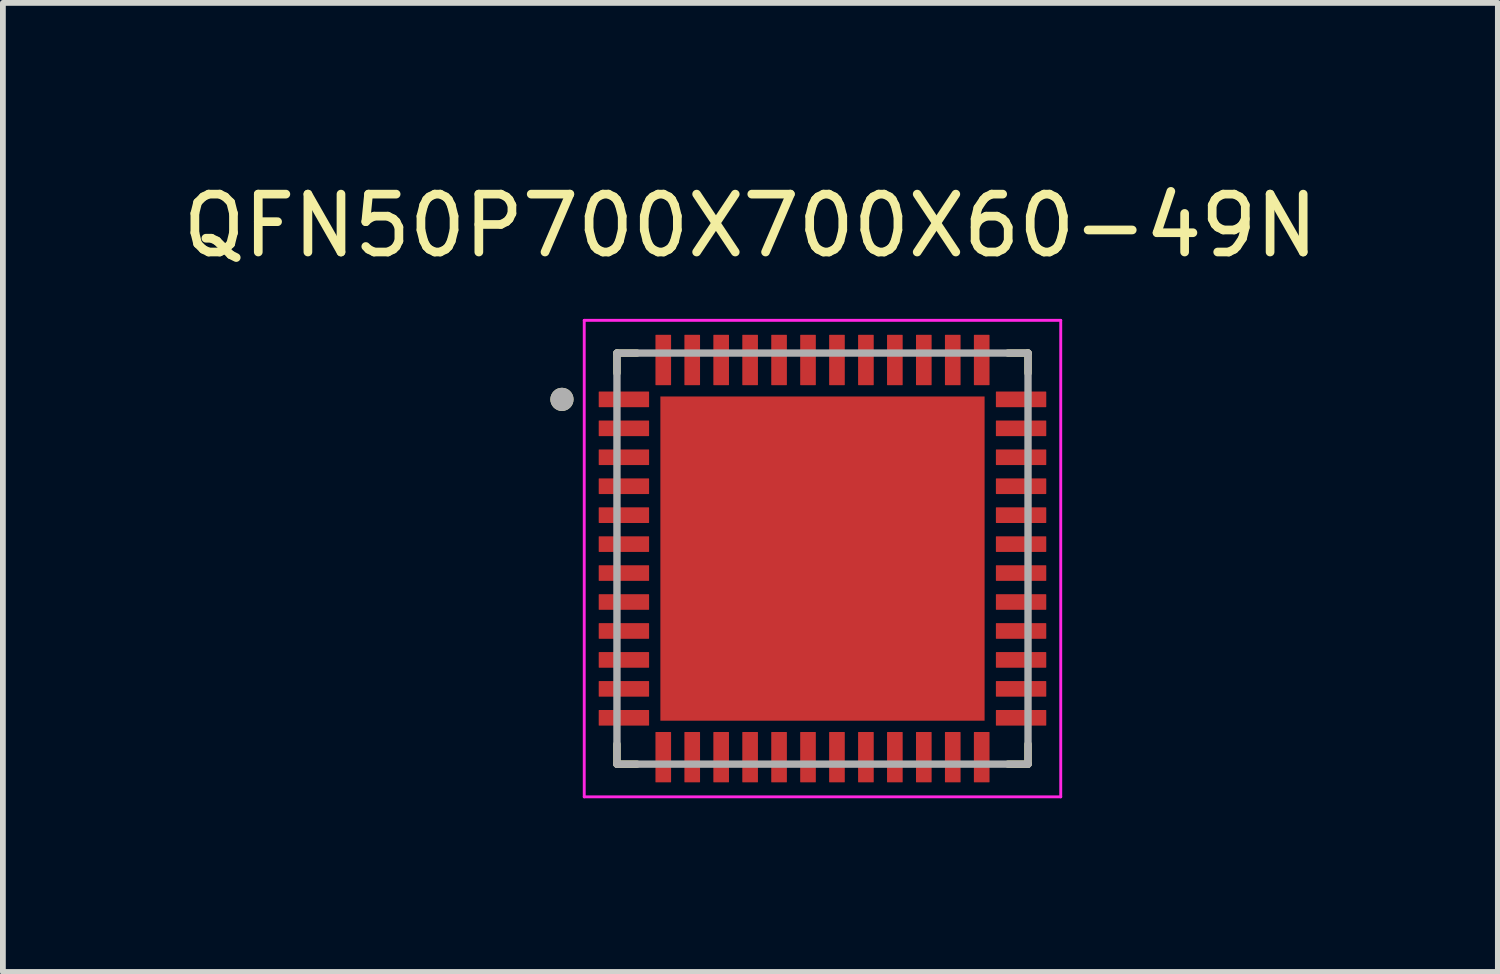
<source format=kicad_pcb>
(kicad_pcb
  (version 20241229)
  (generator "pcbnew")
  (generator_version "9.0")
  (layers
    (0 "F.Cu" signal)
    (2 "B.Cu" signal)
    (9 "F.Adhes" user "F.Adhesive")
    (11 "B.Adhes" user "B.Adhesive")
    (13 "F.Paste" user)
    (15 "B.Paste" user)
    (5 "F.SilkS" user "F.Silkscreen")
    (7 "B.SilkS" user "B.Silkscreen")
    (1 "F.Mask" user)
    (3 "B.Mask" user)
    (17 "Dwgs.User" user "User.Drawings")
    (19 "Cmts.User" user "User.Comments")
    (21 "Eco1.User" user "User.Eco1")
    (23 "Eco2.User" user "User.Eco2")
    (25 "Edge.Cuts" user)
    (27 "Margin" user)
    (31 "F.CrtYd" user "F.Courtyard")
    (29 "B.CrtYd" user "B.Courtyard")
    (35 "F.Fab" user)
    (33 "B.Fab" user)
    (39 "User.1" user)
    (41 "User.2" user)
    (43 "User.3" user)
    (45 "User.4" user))
  (footprint "QFN50P700X700X60-49N"
    (layer "F.Cu")
    (at 11.156 6.598)
    (property "Reference" "QFN50P700X700X60-49N" (at -1.245 -5.75 0) (layer "F.SilkS") (effects (font (size 1 1) (thickness 0.15))))
    (attr through_hole)
    (fp_line (start -3.55 -3.55) (end -3.55 -3.205) (stroke (width 0.127) (type solid)) (layer "F.SilkS"))
    (fp_line (start -3.55 -3.55) (end -3.205 -3.55) (stroke (width 0.127) (type solid)) (layer "F.SilkS"))
    (fp_line (start -3.55 3.55) (end -3.55 3.205) (stroke (width 0.127) (type solid)) (layer "F.SilkS"))
    (fp_line (start -3.55 3.55) (end -3.205 3.55) (stroke (width 0.127) (type solid)) (layer "F.SilkS"))
    (fp_line (start 3.55 -3.55) (end 3.205 -3.55) (stroke (width 0.127) (type solid)) (layer "F.SilkS"))
    (fp_line (start 3.55 -3.55) (end 3.55 -3.205) (stroke (width 0.127) (type solid)) (layer "F.SilkS"))
    (fp_line (start 3.55 3.55) (end 3.205 3.55) (stroke (width 0.127) (type solid)) (layer "F.SilkS"))
    (fp_line (start 3.55 3.55) (end 3.55 3.205) (stroke (width 0.127) (type solid)) (layer "F.SilkS"))
    (fp_circle (center -4.5 -2.75) (end -4.4 -2.75) (stroke (width 0.2) (type solid)) (fill no) (layer "F.SilkS"))
    (fp_poly (pts (xy -2.29 -2.29) (xy -0.51 -2.29) (xy -0.51 -0.51) (xy -2.29 -0.51)) (stroke (width 0.01) (type solid)) (fill yes) (layer "F.Paste"))
    (fp_poly (pts (xy -2.29 0.51) (xy -0.51 0.51) (xy -0.51 2.29) (xy -2.29 2.29)) (stroke (width 0.01) (type solid)) (fill yes) (layer "F.Paste"))
    (fp_poly (pts (xy 0.51 -2.29) (xy 2.29 -2.29) (xy 2.29 -0.51) (xy 0.51 -0.51)) (stroke (width 0.01) (type solid)) (fill yes) (layer "F.Paste"))
    (fp_poly (pts (xy 0.51 0.51) (xy 2.29 0.51) (xy 2.29 2.29) (xy 0.51 2.29)) (stroke (width 0.01) (type solid)) (fill yes) (layer "F.Paste"))
    (fp_line (start -4.115 -4.115) (end 4.115 -4.115) (stroke (width 0.05) (type solid)) (layer "F.CrtYd"))
    (fp_line (start -4.115 4.115) (end -4.115 -4.115) (stroke (width 0.05) (type solid)) (layer "F.CrtYd"))
    (fp_line (start -4.115 4.115) (end 4.115 4.115) (stroke (width 0.05) (type solid)) (layer "F.CrtYd"))
    (fp_line (start 4.115 4.115) (end 4.115 -4.115) (stroke (width 0.05) (type solid)) (layer "F.CrtYd"))
    (fp_line (start -3.55 3.55) (end -3.55 -3.55) (stroke (width 0.127) (type solid)) (layer "F.Fab"))
    (fp_line (start 3.55 -3.55) (end -3.55 -3.55) (stroke (width 0.127) (type solid)) (layer "F.Fab"))
    (fp_line (start 3.55 3.55) (end -3.55 3.55) (stroke (width 0.127) (type solid)) (layer "F.Fab"))
    (fp_line (start 3.55 3.55) (end 3.55 -3.55) (stroke (width 0.127) (type solid)) (layer "F.Fab"))
    (fp_circle (center -4.5 -2.75) (end -4.4 -2.75) (stroke (width 0.2) (type solid)) (fill no) (layer "F.Fab"))
    (pad "1" smd roundrect (at -3.43 -2.75) (size 0.87 0.27) (layers "F.Cu" "F.Mask" "F.Paste") (roundrect_rratio 0.03))
    (pad "2" smd roundrect (at -3.43 -2.25) (size 0.87 0.27) (layers "F.Cu" "F.Mask" "F.Paste") (roundrect_rratio 0.03))
    (pad "3" smd roundrect (at -3.43 -1.75) (size 0.87 0.27) (layers "F.Cu" "F.Mask" "F.Paste") (roundrect_rratio 0.03))
    (pad "4" smd roundrect (at -3.43 -1.25) (size 0.87 0.27) (layers "F.Cu" "F.Mask" "F.Paste") (roundrect_rratio 0.03))
    (pad "5" smd roundrect (at -3.43 -0.75) (size 0.87 0.27) (layers "F.Cu" "F.Mask" "F.Paste") (roundrect_rratio 0.03))
    (pad "6" smd roundrect (at -3.43 -0.25) (size 0.87 0.27) (layers "F.Cu" "F.Mask" "F.Paste") (roundrect_rratio 0.03))
    (pad "7" smd roundrect (at -3.43 0.25) (size 0.87 0.27) (layers "F.Cu" "F.Mask" "F.Paste") (roundrect_rratio 0.03))
    (pad "8" smd roundrect (at -3.43 0.75) (size 0.87 0.27) (layers "F.Cu" "F.Mask" "F.Paste") (roundrect_rratio 0.03))
    (pad "9" smd roundrect (at -3.43 1.25) (size 0.87 0.27) (layers "F.Cu" "F.Mask" "F.Paste") (roundrect_rratio 0.03))
    (pad "10" smd roundrect (at -3.43 1.75) (size 0.87 0.27) (layers "F.Cu" "F.Mask" "F.Paste") (roundrect_rratio 0.03))
    (pad "11" smd roundrect (at -3.43 2.25) (size 0.87 0.27) (layers "F.Cu" "F.Mask" "F.Paste") (roundrect_rratio 0.03))
    (pad "12" smd roundrect (at -3.43 2.75) (size 0.87 0.27) (layers "F.Cu" "F.Mask" "F.Paste") (roundrect_rratio 0.03))
    (pad "13" smd roundrect (at -2.75 3.43 90) (size 0.87 0.27) (layers "F.Cu" "F.Mask" "F.Paste") (roundrect_rratio 0.03))
    (pad "14" smd roundrect (at -2.25 3.43 90) (size 0.87 0.27) (layers "F.Cu" "F.Mask" "F.Paste") (roundrect_rratio 0.03))
    (pad "15" smd roundrect (at -1.75 3.43 90) (size 0.87 0.27) (layers "F.Cu" "F.Mask" "F.Paste") (roundrect_rratio 0.03))
    (pad "16" smd roundrect (at -1.25 3.43 90) (size 0.87 0.27) (layers "F.Cu" "F.Mask" "F.Paste") (roundrect_rratio 0.03))
    (pad "17" smd roundrect (at -0.75 3.43 90) (size 0.87 0.27) (layers "F.Cu" "F.Mask" "F.Paste") (roundrect_rratio 0.03))
    (pad "18" smd roundrect (at -0.25 3.43 90) (size 0.87 0.27) (layers "F.Cu" "F.Mask" "F.Paste") (roundrect_rratio 0.03))
    (pad "19" smd roundrect (at 0.25 3.43 90) (size 0.87 0.27) (layers "F.Cu" "F.Mask" "F.Paste") (roundrect_rratio 0.03))
    (pad "20" smd roundrect (at 0.75 3.43 90) (size 0.87 0.27) (layers "F.Cu" "F.Mask" "F.Paste") (roundrect_rratio 0.03))
    (pad "21" smd roundrect (at 1.25 3.43 90) (size 0.87 0.27) (layers "F.Cu" "F.Mask" "F.Paste") (roundrect_rratio 0.03))
    (pad "22" smd roundrect (at 1.75 3.43 90) (size 0.87 0.27) (layers "F.Cu" "F.Mask" "F.Paste") (roundrect_rratio 0.03))
    (pad "23" smd roundrect (at 2.25 3.43 90) (size 0.87 0.27) (layers "F.Cu" "F.Mask" "F.Paste") (roundrect_rratio 0.03))
    (pad "24" smd roundrect (at 2.75 3.43 90) (size 0.87 0.27) (layers "F.Cu" "F.Mask" "F.Paste") (roundrect_rratio 0.03))
    (pad "25" smd roundrect (at 3.43 2.75) (size 0.87 0.27) (layers "F.Cu" "F.Mask" "F.Paste") (roundrect_rratio 0.03))
    (pad "26" smd roundrect (at 3.43 2.25) (size 0.87 0.27) (layers "F.Cu" "F.Mask" "F.Paste") (roundrect_rratio 0.03))
    (pad "27" smd roundrect (at 3.43 1.75) (size 0.87 0.27) (layers "F.Cu" "F.Mask" "F.Paste") (roundrect_rratio 0.03))
    (pad "28" smd roundrect (at 3.43 1.25) (size 0.87 0.27) (layers "F.Cu" "F.Mask" "F.Paste") (roundrect_rratio 0.03))
    (pad "29" smd roundrect (at 3.43 0.75) (size 0.87 0.27) (layers "F.Cu" "F.Mask" "F.Paste") (roundrect_rratio 0.03))
    (pad "30" smd roundrect (at 3.43 0.25) (size 0.87 0.27) (layers "F.Cu" "F.Mask" "F.Paste") (roundrect_rratio 0.03))
    (pad "31" smd roundrect (at 3.43 -0.25) (size 0.87 0.27) (layers "F.Cu" "F.Mask" "F.Paste") (roundrect_rratio 0.03))
    (pad "32" smd roundrect (at 3.43 -0.75) (size 0.87 0.27) (layers "F.Cu" "F.Mask" "F.Paste") (roundrect_rratio 0.03))
    (pad "33" smd roundrect (at 3.43 -1.25) (size 0.87 0.27) (layers "F.Cu" "F.Mask" "F.Paste") (roundrect_rratio 0.03))
    (pad "34" smd roundrect (at 3.43 -1.75) (size 0.87 0.27) (layers "F.Cu" "F.Mask" "F.Paste") (roundrect_rratio 0.03))
    (pad "35" smd roundrect (at 3.43 -2.25) (size 0.87 0.27) (layers "F.Cu" "F.Mask" "F.Paste") (roundrect_rratio 0.03))
    (pad "36" smd roundrect (at 3.43 -2.75) (size 0.87 0.27) (layers "F.Cu" "F.Mask" "F.Paste") (roundrect_rratio 0.03))
    (pad "37" smd roundrect (at 2.75 -3.43 90) (size 0.87 0.27) (layers "F.Cu" "F.Mask" "F.Paste") (roundrect_rratio 0.03))
    (pad "38" smd roundrect (at 2.25 -3.43 90) (size 0.87 0.27) (layers "F.Cu" "F.Mask" "F.Paste") (roundrect_rratio 0.03))
    (pad "39" smd roundrect (at 1.75 -3.43 90) (size 0.87 0.27) (layers "F.Cu" "F.Mask" "F.Paste") (roundrect_rratio 0.03))
    (pad "40" smd roundrect (at 1.25 -3.43 90) (size 0.87 0.27) (layers "F.Cu" "F.Mask" "F.Paste") (roundrect_rratio 0.03))
    (pad "41" smd roundrect (at 0.75 -3.43 90) (size 0.87 0.27) (layers "F.Cu" "F.Mask" "F.Paste") (roundrect_rratio 0.03))
    (pad "42" smd roundrect (at 0.25 -3.43 90) (size 0.87 0.27) (layers "F.Cu" "F.Mask" "F.Paste") (roundrect_rratio 0.03))
    (pad "43" smd roundrect (at -0.25 -3.43 90) (size 0.87 0.27) (layers "F.Cu" "F.Mask" "F.Paste") (roundrect_rratio 0.03))
    (pad "44" smd roundrect (at -0.75 -3.43 90) (size 0.87 0.27) (layers "F.Cu" "F.Mask" "F.Paste") (roundrect_rratio 0.03))
    (pad "45" smd roundrect (at -1.25 -3.43 90) (size 0.87 0.27) (layers "F.Cu" "F.Mask" "F.Paste") (roundrect_rratio 0.03))
    (pad "46" smd roundrect (at -1.75 -3.43 90) (size 0.87 0.27) (layers "F.Cu" "F.Mask" "F.Paste") (roundrect_rratio 0.03))
    (pad "47" smd roundrect (at -2.25 -3.43 90) (size 0.87 0.27) (layers "F.Cu" "F.Mask" "F.Paste") (roundrect_rratio 0.03))
    (pad "48" smd roundrect (at -2.75 -3.43 90) (size 0.87 0.27) (layers "F.Cu" "F.Mask" "F.Paste") (roundrect_rratio 0.03))
    (pad "49" smd rect (at 0 0) (size 5.6 5.6) (layers "F.Cu" "F.Mask")))
  (gr_rect
    (start -3 -3)
    (end 22.821 13.738)
    (stroke (width 0.1) (type default))
    (fill no)
    (layer "Edge.Cuts")))
</source>
